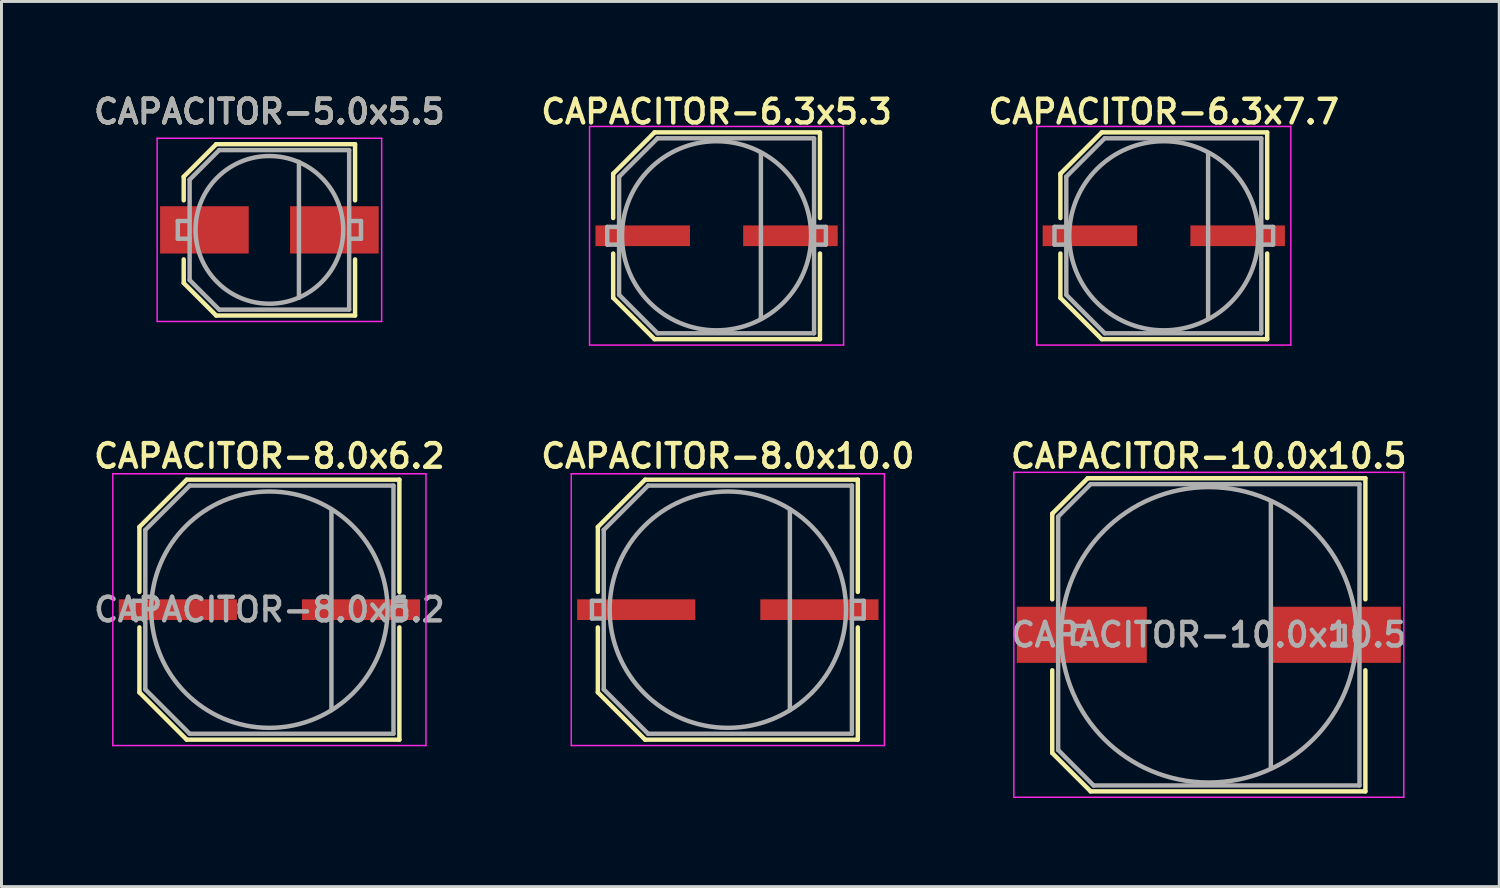
<source format=kicad_pcb>
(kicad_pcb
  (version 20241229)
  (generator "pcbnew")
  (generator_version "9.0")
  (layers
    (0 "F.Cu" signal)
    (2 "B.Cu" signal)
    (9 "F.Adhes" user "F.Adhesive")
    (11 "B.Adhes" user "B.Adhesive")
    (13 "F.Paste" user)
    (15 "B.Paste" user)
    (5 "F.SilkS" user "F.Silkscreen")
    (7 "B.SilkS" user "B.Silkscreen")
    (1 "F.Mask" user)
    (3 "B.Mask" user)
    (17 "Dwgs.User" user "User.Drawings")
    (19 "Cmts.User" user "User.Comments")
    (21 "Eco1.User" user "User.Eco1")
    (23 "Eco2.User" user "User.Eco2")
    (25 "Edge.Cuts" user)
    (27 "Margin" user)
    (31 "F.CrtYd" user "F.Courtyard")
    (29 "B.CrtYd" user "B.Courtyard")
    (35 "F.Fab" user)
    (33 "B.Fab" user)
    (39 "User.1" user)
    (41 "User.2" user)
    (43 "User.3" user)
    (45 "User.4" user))
  (footprint "CAPACITOR-10.0x10.5"
    (layer "F.Cu")
    (at 37.868 18.438)
    (property "Reference" "CAPACITOR-10.0x10.5" (at 0 -6.05 0) (layer "F.SilkS") (effects (font (size 0.8 0.8) (thickness 0.15))))
    (attr through_hole)
    (fp_line (start -5.3 -4.1) (end -4.1 -5.3) (stroke (width 0.15) (type solid)) (layer "F.SilkS"))
    (fp_line (start -5.3 -1.2) (end -5.3 -4.1) (stroke (width 0.15) (type solid)) (layer "F.SilkS"))
    (fp_line (start -5.3 4) (end -5.3 1.2) (stroke (width 0.15) (type solid)) (layer "F.SilkS"))
    (fp_line (start -4 5.3) (end -5.3 4) (stroke (width 0.15) (type solid)) (layer "F.SilkS"))
    (fp_line (start -4 5.3) (end 5.3 5.3) (stroke (width 0.15) (type solid)) (layer "F.SilkS"))
    (fp_line (start 5.3 -5.3) (end -4.1 -5.3) (stroke (width 0.15) (type solid)) (layer "F.SilkS"))
    (fp_line (start 5.3 -5.3) (end 5.3 -1.2) (stroke (width 0.15) (type solid)) (layer "F.SilkS"))
    (fp_line (start 5.3 1.2) (end 5.3 5.3) (stroke (width 0.15) (type solid)) (layer "F.SilkS"))
    (fp_line (start -6.6 -5.5) (end -6.6 5.5) (stroke (width 0.05) (type solid)) (layer "F.CrtYd"))
    (fp_line (start -6.6 5.5) (end 6.6 5.5) (stroke (width 0.05) (type solid)) (layer "F.CrtYd"))
    (fp_line (start 6.6 -5.5) (end -6.6 -5.5) (stroke (width 0.05) (type solid)) (layer "F.CrtYd"))
    (fp_line (start 6.6 5.5) (end 6.6 -5.5) (stroke (width 0.05) (type solid)) (layer "F.CrtYd"))
    (fp_line (start -5.1 -4) (end -4 -5.1) (stroke (width 0.15) (type solid)) (layer "F.Fab"))
    (fp_line (start -5.1 3.9) (end -5.1 -4) (stroke (width 0.15) (type solid)) (layer "F.Fab"))
    (fp_line (start -5.1 3.9) (end -3.9 5.1) (stroke (width 0.15) (type solid)) (layer "F.Fab"))
    (fp_line (start -4.6 -0.3) (end -4.6 0.3) (stroke (width 0.15) (type solid)) (layer "F.Fab"))
    (fp_line (start -4.6 0.3) (end -4.2 0.3) (stroke (width 0.15) (type solid)) (layer "F.Fab"))
    (fp_line (start -4.2 -0.3) (end -4.6 -0.3) (stroke (width 0.15) (type solid)) (layer "F.Fab"))
    (fp_line (start -4 -5.1) (end 5.1 -5.1) (stroke (width 0.15) (type solid)) (layer "F.Fab"))
    (fp_line (start 2.1 -4.5) (end 2.1 4.5) (stroke (width 0.15) (type solid)) (layer "F.Fab"))
    (fp_line (start 4.2 0.3) (end 4.6 0.3) (stroke (width 0.15) (type solid)) (layer "F.Fab"))
    (fp_line (start 4.6 -0.3) (end 4.2 -0.3) (stroke (width 0.15) (type solid)) (layer "F.Fab"))
    (fp_line (start 4.6 0.3) (end 4.6 -0.3) (stroke (width 0.15) (type solid)) (layer "F.Fab"))
    (fp_line (start 5.1 -5.1) (end 5.1 5.1) (stroke (width 0.15) (type solid)) (layer "F.Fab"))
    (fp_line (start 5.1 5.1) (end -3.9 5.1) (stroke (width 0.15) (type solid)) (layer "F.Fab"))
    (fp_circle (center 0 0) (end 5 0) (stroke (width 0.15) (type solid)) (fill no) (layer "F.Fab"))
    (fp_text user "${REFERENCE}" (at 0 0 0) (layer "F.Fab") (effects (font (size 0.8 0.8) (thickness 0.15))))
    (pad "1" smd rect (at -4.3 0) (size 4.4 1.9) (layers "F.Cu" "F.Mask" "F.Paste"))
    (pad "2" smd rect (at 4.3 0) (size 4.4 1.9) (layers "F.Cu" "F.Mask" "F.Paste")))
  (footprint "CAPACITOR-8.0x10.0"
    (layer "F.Cu")
    (at 21.587 17.587)
    (property "Reference" "CAPACITOR-8.0x10.0" (at 0 -5.2 0) (layer "F.SilkS") (effects (font (size 0.8 0.8) (thickness 0.15))))
    (attr through_hole)
    (fp_line (start -4.4 -2.8) (end -2.8 -4.4) (stroke (width 0.15) (type solid)) (layer "F.SilkS"))
    (fp_line (start -4.4 -0.6) (end -4.4 -2.8) (stroke (width 0.15) (type solid)) (layer "F.SilkS"))
    (fp_line (start -4.4 2.8) (end -4.4 0.6) (stroke (width 0.15) (type solid)) (layer "F.SilkS"))
    (fp_line (start -2.8 4.4) (end -4.4 2.8) (stroke (width 0.15) (type solid)) (layer "F.SilkS"))
    (fp_line (start -2.8 4.4) (end 4.4 4.4) (stroke (width 0.15) (type solid)) (layer "F.SilkS"))
    (fp_line (start 4.4 -4.4) (end -2.8 -4.4) (stroke (width 0.15) (type solid)) (layer "F.SilkS"))
    (fp_line (start 4.4 -4.4) (end 4.4 -0.6) (stroke (width 0.15) (type solid)) (layer "F.SilkS"))
    (fp_line (start 4.4 0.6) (end 4.4 4.4) (stroke (width 0.15) (type solid)) (layer "F.SilkS"))
    (fp_line (start -5.3 -4.6) (end -5.3 4.6) (stroke (width 0.05) (type solid)) (layer "F.CrtYd"))
    (fp_line (start -5.3 4.6) (end 5.3 4.6) (stroke (width 0.05) (type solid)) (layer "F.CrtYd"))
    (fp_line (start 5.3 -4.6) (end -5.3 -4.6) (stroke (width 0.05) (type solid)) (layer "F.CrtYd"))
    (fp_line (start 5.3 4.6) (end 5.3 -4.6) (stroke (width 0.05) (type solid)) (layer "F.CrtYd"))
    (fp_line (start -4.6 -0.3) (end -4.6 0.3) (stroke (width 0.15) (type solid)) (layer "F.Fab"))
    (fp_line (start -4.6 0.3) (end -4.2 0.3) (stroke (width 0.15) (type solid)) (layer "F.Fab"))
    (fp_line (start -4.2 -2.7) (end -2.7 -4.2) (stroke (width 0.15) (type solid)) (layer "F.Fab"))
    (fp_line (start -4.2 -0.3) (end -4.6 -0.3) (stroke (width 0.15) (type solid)) (layer "F.Fab"))
    (fp_line (start -4.2 2.7) (end -4.2 -2.7) (stroke (width 0.15) (type solid)) (layer "F.Fab"))
    (fp_line (start -4.2 2.7) (end -2.7 4.2) (stroke (width 0.15) (type solid)) (layer "F.Fab"))
    (fp_line (start -2.7 -4.2) (end 4.2 -4.2) (stroke (width 0.15) (type solid)) (layer "F.Fab"))
    (fp_line (start 2.1 -3.4) (end 2.1 3.4) (stroke (width 0.15) (type solid)) (layer "F.Fab"))
    (fp_line (start 4.2 -4.2) (end 4.2 4.2) (stroke (width 0.15) (type solid)) (layer "F.Fab"))
    (fp_line (start 4.2 0.3) (end 4.6 0.3) (stroke (width 0.15) (type solid)) (layer "F.Fab"))
    (fp_line (start 4.2 4.2) (end -2.7 4.2) (stroke (width 0.15) (type solid)) (layer "F.Fab"))
    (fp_line (start 4.6 -0.3) (end 4.2 -0.3) (stroke (width 0.15) (type solid)) (layer "F.Fab"))
    (fp_line (start 4.6 0.3) (end 4.6 -0.3) (stroke (width 0.15) (type solid)) (layer "F.Fab"))
    (fp_circle (center 0 0) (end 4 0) (stroke (width 0.15) (type solid)) (fill no) (layer "F.Fab"))
    (pad "1" smd rect (at -3.1 0) (size 4 0.7) (layers "F.Cu" "F.Mask" "F.Paste"))
    (pad "2" smd rect (at 3.1 0) (size 4 0.7) (layers "F.Cu" "F.Mask" "F.Paste")))
  (footprint "CAPACITOR-5.0x5.5"
    (layer "F.Cu")
    (at 6.069 4.731)
    (property "Reference" "CAPACITOR-5.0x5.5" (at 0 -4 0) (layer "F.SilkS") (effects (font (size 0.8 0.8) (thickness 0.15))))
    (attr smd)
    (fp_line (start -2.9 -1.8) (end -2.9 -1) (stroke (width 0.15) (type solid)) (layer "F.SilkS"))
    (fp_line (start -2.9 1.8) (end -2.9 1) (stroke (width 0.15) (type solid)) (layer "F.SilkS"))
    (fp_line (start -1.8 -2.9) (end -2.9 -1.8) (stroke (width 0.15) (type solid)) (layer "F.SilkS"))
    (fp_line (start -1.8 2.9) (end -2.9 1.8) (stroke (width 0.15) (type solid)) (layer "F.SilkS"))
    (fp_line (start -1.8 2.9) (end 2.9 2.9) (stroke (width 0.15) (type solid)) (layer "F.SilkS"))
    (fp_line (start 2.9 -2.9) (end -1.8 -2.9) (stroke (width 0.15) (type solid)) (layer "F.SilkS"))
    (fp_line (start 2.9 -1) (end 2.9 -2.9) (stroke (width 0.15) (type solid)) (layer "F.SilkS"))
    (fp_line (start 2.9 2.9) (end 2.9 1) (stroke (width 0.15) (type solid)) (layer "F.SilkS"))
    (fp_line (start -3.8 -3.1) (end 3.8 -3.1) (stroke (width 0.05) (type solid)) (layer "F.CrtYd"))
    (fp_line (start -3.8 3.1) (end -3.8 -3.1) (stroke (width 0.05) (type solid)) (layer "F.CrtYd"))
    (fp_line (start 3.8 -3.1) (end 3.8 3.1) (stroke (width 0.05) (type solid)) (layer "F.CrtYd"))
    (fp_line (start 3.8 3.1) (end -3.8 3.1) (stroke (width 0.05) (type solid)) (layer "F.CrtYd"))
    (fp_line (start -3.1 -0.3) (end -2.7 -0.3) (stroke (width 0.15) (type solid)) (layer "F.Fab"))
    (fp_line (start -3.1 0.3) (end -3.1 -0.3) (stroke (width 0.15) (type solid)) (layer "F.Fab"))
    (fp_line (start -2.7 0.3) (end -3.1 0.3) (stroke (width 0.15) (type solid)) (layer "F.Fab"))
    (fp_line (start -2.7 1.7) (end -2.7 -1.7) (stroke (width 0.15) (type solid)) (layer "F.Fab"))
    (fp_line (start -1.7 -2.7) (end -2.7 -1.7) (stroke (width 0.15) (type solid)) (layer "F.Fab"))
    (fp_line (start -1.7 2.7) (end -2.7 1.7) (stroke (width 0.15) (type solid)) (layer "F.Fab"))
    (fp_line (start 1 -2.3) (end 1 2.3) (stroke (width 0.15) (type solid)) (layer "F.Fab"))
    (fp_line (start 2.7 -2.7) (end -1.7 -2.7) (stroke (width 0.15) (type solid)) (layer "F.Fab"))
    (fp_line (start 2.7 0.3) (end 3.1 0.3) (stroke (width 0.15) (type solid)) (layer "F.Fab"))
    (fp_line (start 2.7 2.7) (end -1.7 2.7) (stroke (width 0.15) (type solid)) (layer "F.Fab"))
    (fp_line (start 2.7 2.7) (end 2.7 -2.7) (stroke (width 0.15) (type solid)) (layer "F.Fab"))
    (fp_line (start 3.1 -0.3) (end 2.7 -0.3) (stroke (width 0.15) (type solid)) (layer "F.Fab"))
    (fp_line (start 3.1 0.3) (end 3.1 -0.3) (stroke (width 0.15) (type solid)) (layer "F.Fab"))
    (fp_circle (center 0 0) (end 2.5 0) (stroke (width 0.15) (type solid)) (fill no) (layer "F.Fab"))
    (fp_text user "${REFERENCE}" (at 0 -4 0) (layer "F.Fab") (effects (font (size 0.8 0.8) (thickness 0.15))))
    (pad "1" smd rect (at -2.2 0) (size 3 1.6) (layers "F.Cu" "F.Mask" "F.Paste"))
    (pad "2" smd rect (at 2.2 0) (size 3 1.6) (layers "F.Cu" "F.Mask" "F.Paste")))
  (footprint "CAPACITOR-8.0x6.2"
    (layer "F.Cu")
    (at 6.069 17.587)
    (property "Reference" "CAPACITOR-8.0x6.2" (at 0 -5.2 0) (layer "F.SilkS") (effects (font (size 0.8 0.8) (thickness 0.15))))
    (attr smd)
    (fp_line (start -4.4 -2.8) (end -2.8 -4.4) (stroke (width 0.15) (type solid)) (layer "F.SilkS"))
    (fp_line (start -4.4 -0.6) (end -4.4 -2.8) (stroke (width 0.15) (type solid)) (layer "F.SilkS"))
    (fp_line (start -4.4 2.8) (end -4.4 0.6) (stroke (width 0.15) (type solid)) (layer "F.SilkS"))
    (fp_line (start -2.8 4.4) (end -4.4 2.8) (stroke (width 0.15) (type solid)) (layer "F.SilkS"))
    (fp_line (start -2.8 4.4) (end 4.4 4.4) (stroke (width 0.15) (type solid)) (layer "F.SilkS"))
    (fp_line (start 4.4 -4.4) (end -2.8 -4.4) (stroke (width 0.15) (type solid)) (layer "F.SilkS"))
    (fp_line (start 4.4 -4.4) (end 4.4 -0.6) (stroke (width 0.15) (type solid)) (layer "F.SilkS"))
    (fp_line (start 4.4 0.6) (end 4.4 4.4) (stroke (width 0.15) (type solid)) (layer "F.SilkS"))
    (fp_line (start -5.3 -4.6) (end -5.3 4.6) (stroke (width 0.05) (type solid)) (layer "F.CrtYd"))
    (fp_line (start -5.3 4.6) (end 5.3 4.6) (stroke (width 0.05) (type solid)) (layer "F.CrtYd"))
    (fp_line (start 5.3 -4.6) (end -5.3 -4.6) (stroke (width 0.05) (type solid)) (layer "F.CrtYd"))
    (fp_line (start 5.3 4.6) (end 5.3 -4.6) (stroke (width 0.05) (type solid)) (layer "F.CrtYd"))
    (fp_line (start -4.6 -0.3) (end -4.6 0.3) (stroke (width 0.15) (type solid)) (layer "F.Fab"))
    (fp_line (start -4.6 0.3) (end -4.2 0.3) (stroke (width 0.15) (type solid)) (layer "F.Fab"))
    (fp_line (start -4.2 -2.7) (end -2.7 -4.2) (stroke (width 0.15) (type solid)) (layer "F.Fab"))
    (fp_line (start -4.2 -0.3) (end -4.6 -0.3) (stroke (width 0.15) (type solid)) (layer "F.Fab"))
    (fp_line (start -4.2 2.7) (end -4.2 -2.7) (stroke (width 0.15) (type solid)) (layer "F.Fab"))
    (fp_line (start -4.2 2.7) (end -2.7 4.2) (stroke (width 0.15) (type solid)) (layer "F.Fab"))
    (fp_line (start -2.7 -4.2) (end 4.2 -4.2) (stroke (width 0.15) (type solid)) (layer "F.Fab"))
    (fp_line (start 2.1 -3.4) (end 2.1 3.4) (stroke (width 0.15) (type solid)) (layer "F.Fab"))
    (fp_line (start 4.2 -4.2) (end 4.2 4.2) (stroke (width 0.15) (type solid)) (layer "F.Fab"))
    (fp_line (start 4.2 0.3) (end 4.6 0.3) (stroke (width 0.15) (type solid)) (layer "F.Fab"))
    (fp_line (start 4.2 4.2) (end -2.7 4.2) (stroke (width 0.15) (type solid)) (layer "F.Fab"))
    (fp_line (start 4.6 -0.3) (end 4.2 -0.3) (stroke (width 0.15) (type solid)) (layer "F.Fab"))
    (fp_line (start 4.6 0.3) (end 4.6 -0.3) (stroke (width 0.15) (type solid)) (layer "F.Fab"))
    (fp_circle (center 0 0) (end 4 0) (stroke (width 0.15) (type solid)) (fill no) (layer "F.Fab"))
    (fp_text user "${REFERENCE}" (at 0 0 0) (layer "F.Fab") (effects (font (size 0.8 0.8) (thickness 0.15))))
    (pad "1" smd rect (at -3.1 0) (size 4 0.7) (layers "F.Cu" "F.Mask" "F.Paste"))
    (pad "2" smd rect (at 3.1 0) (size 4 0.7) (layers "F.Cu" "F.Mask" "F.Paste")))
  (footprint "CAPACITOR-6.3x5.3"
    (layer "F.Cu")
    (at 21.206 4.931)
    (property "Reference" "CAPACITOR-6.3x5.3" (at 0 -4.2 0) (layer "F.SilkS") (effects (font (size 0.8 0.8) (thickness 0.15))))
    (attr through_hole)
    (fp_line (start -3.5 -2.1) (end -3.5 -0.6) (stroke (width 0.15) (type solid)) (layer "F.SilkS"))
    (fp_line (start -3.5 2.1) (end -3.5 0.6) (stroke (width 0.15) (type solid)) (layer "F.SilkS"))
    (fp_line (start -2.1 -3.5) (end -3.5 -2.1) (stroke (width 0.15) (type solid)) (layer "F.SilkS"))
    (fp_line (start -2.1 3.5) (end -3.5 2.1) (stroke (width 0.15) (type solid)) (layer "F.SilkS"))
    (fp_line (start -2.1 3.5) (end 3.5 3.5) (stroke (width 0.15) (type solid)) (layer "F.SilkS"))
    (fp_line (start 3.5 -3.5) (end -2.1 -3.5) (stroke (width 0.15) (type solid)) (layer "F.SilkS"))
    (fp_line (start 3.5 -0.6) (end 3.5 -3.5) (stroke (width 0.15) (type solid)) (layer "F.SilkS"))
    (fp_line (start 3.5 3.5) (end 3.5 0.6) (stroke (width 0.15) (type solid)) (layer "F.SilkS"))
    (fp_line (start -4.3 -3.7) (end 4.3 -3.7) (stroke (width 0.05) (type solid)) (layer "F.CrtYd"))
    (fp_line (start -4.3 3.7) (end -4.3 -3.7) (stroke (width 0.05) (type solid)) (layer "F.CrtYd"))
    (fp_line (start 4.3 -3.7) (end 4.3 3.7) (stroke (width 0.05) (type solid)) (layer "F.CrtYd"))
    (fp_line (start 4.3 3.7) (end -4.3 3.7) (stroke (width 0.05) (type solid)) (layer "F.CrtYd"))
    (fp_line (start -3.7 -0.3) (end -3.3 -0.3) (stroke (width 0.15) (type solid)) (layer "F.Fab"))
    (fp_line (start -3.7 0.3) (end -3.7 -0.3) (stroke (width 0.15) (type solid)) (layer "F.Fab"))
    (fp_line (start -3.3 0.3) (end -3.7 0.3) (stroke (width 0.15) (type solid)) (layer "F.Fab"))
    (fp_line (start -3.3 2) (end -3.3 -2) (stroke (width 0.15) (type solid)) (layer "F.Fab"))
    (fp_line (start -2 -3.3) (end -3.3 -2) (stroke (width 0.15) (type solid)) (layer "F.Fab"))
    (fp_line (start -2 3.3) (end -3.3 2) (stroke (width 0.15) (type solid)) (layer "F.Fab"))
    (fp_line (start 1.5 -2.8) (end 1.5 2.8) (stroke (width 0.15) (type solid)) (layer "F.Fab"))
    (fp_line (start 3.3 -3.3) (end -2 -3.3) (stroke (width 0.15) (type solid)) (layer "F.Fab"))
    (fp_line (start 3.3 0.3) (end 3.7 0.3) (stroke (width 0.15) (type solid)) (layer "F.Fab"))
    (fp_line (start 3.3 3.3) (end -2 3.3) (stroke (width 0.15) (type solid)) (layer "F.Fab"))
    (fp_line (start 3.3 3.3) (end 3.3 -3.3) (stroke (width 0.15) (type solid)) (layer "F.Fab"))
    (fp_line (start 3.7 -0.3) (end 3.3 -0.3) (stroke (width 0.15) (type solid)) (layer "F.Fab"))
    (fp_line (start 3.7 0.3) (end 3.7 -0.3) (stroke (width 0.15) (type solid)) (layer "F.Fab"))
    (fp_circle (center 0 0) (end 3.2 0) (stroke (width 0.15) (type solid)) (fill no) (layer "F.Fab"))
    (pad "1" smd rect (at -2.5 0) (size 3.2 0.7) (layers "F.Cu" "F.Mask" "F.Paste"))
    (pad "2" smd rect (at 2.5 0) (size 3.2 0.7) (layers "F.Cu" "F.Mask" "F.Paste")))
  (footprint "CAPACITOR-6.3x7.7"
    (layer "F.Cu")
    (at 36.344 4.931)
    (property "Reference" "CAPACITOR-6.3x7.7" (at 0 -4.2 0) (layer "F.SilkS") (effects (font (size 0.8 0.8) (thickness 0.15))))
    (attr through_hole)
    (fp_line (start -3.5 -2.1) (end -3.5 -0.6) (stroke (width 0.15) (type solid)) (layer "F.SilkS"))
    (fp_line (start -3.5 2.1) (end -3.5 0.6) (stroke (width 0.15) (type solid)) (layer "F.SilkS"))
    (fp_line (start -2.1 -3.5) (end -3.5 -2.1) (stroke (width 0.15) (type solid)) (layer "F.SilkS"))
    (fp_line (start -2.1 3.5) (end -3.5 2.1) (stroke (width 0.15) (type solid)) (layer "F.SilkS"))
    (fp_line (start -2.1 3.5) (end 3.5 3.5) (stroke (width 0.15) (type solid)) (layer "F.SilkS"))
    (fp_line (start 3.5 -3.5) (end -2.1 -3.5) (stroke (width 0.15) (type solid)) (layer "F.SilkS"))
    (fp_line (start 3.5 -0.6) (end 3.5 -3.5) (stroke (width 0.15) (type solid)) (layer "F.SilkS"))
    (fp_line (start 3.5 3.5) (end 3.5 0.6) (stroke (width 0.15) (type solid)) (layer "F.SilkS"))
    (fp_line (start -4.3 -3.7) (end 4.3 -3.7) (stroke (width 0.05) (type solid)) (layer "F.CrtYd"))
    (fp_line (start -4.3 3.7) (end -4.3 -3.7) (stroke (width 0.05) (type solid)) (layer "F.CrtYd"))
    (fp_line (start 4.3 -3.7) (end 4.3 3.7) (stroke (width 0.05) (type solid)) (layer "F.CrtYd"))
    (fp_line (start 4.3 3.7) (end -4.3 3.7) (stroke (width 0.05) (type solid)) (layer "F.CrtYd"))
    (fp_line (start -3.7 -0.3) (end -3.3 -0.3) (stroke (width 0.15) (type solid)) (layer "F.Fab"))
    (fp_line (start -3.7 0.3) (end -3.7 -0.3) (stroke (width 0.15) (type solid)) (layer "F.Fab"))
    (fp_line (start -3.3 0.3) (end -3.7 0.3) (stroke (width 0.15) (type solid)) (layer "F.Fab"))
    (fp_line (start -3.3 2) (end -3.3 -2) (stroke (width 0.15) (type solid)) (layer "F.Fab"))
    (fp_line (start -2 -3.3) (end -3.3 -2) (stroke (width 0.15) (type solid)) (layer "F.Fab"))
    (fp_line (start -2 3.3) (end -3.3 2) (stroke (width 0.15) (type solid)) (layer "F.Fab"))
    (fp_line (start 1.5 -2.8) (end 1.5 2.8) (stroke (width 0.15) (type solid)) (layer "F.Fab"))
    (fp_line (start 3.3 -3.3) (end -2 -3.3) (stroke (width 0.15) (type solid)) (layer "F.Fab"))
    (fp_line (start 3.3 0.3) (end 3.7 0.3) (stroke (width 0.15) (type solid)) (layer "F.Fab"))
    (fp_line (start 3.3 3.3) (end -2 3.3) (stroke (width 0.15) (type solid)) (layer "F.Fab"))
    (fp_line (start 3.3 3.3) (end 3.3 -3.3) (stroke (width 0.15) (type solid)) (layer "F.Fab"))
    (fp_line (start 3.7 -0.3) (end 3.3 -0.3) (stroke (width 0.15) (type solid)) (layer "F.Fab"))
    (fp_line (start 3.7 0.3) (end 3.7 -0.3) (stroke (width 0.15) (type solid)) (layer "F.Fab"))
    (fp_circle (center 0 0) (end 3.2 0) (stroke (width 0.15) (type solid)) (fill no) (layer "F.Fab"))
    (pad "1" smd rect (at -2.5 0) (size 3.2 0.7) (layers "F.Cu" "F.Mask" "F.Paste"))
    (pad "2" smd rect (at 2.5 0) (size 3.2 0.7) (layers "F.Cu" "F.Mask" "F.Paste")))
  (gr_rect
    (start -3 -3)
    (end 47.699 26.962)
    (stroke (width 0.1) (type default))
    (fill no)
    (layer "Edge.Cuts")))
</source>
